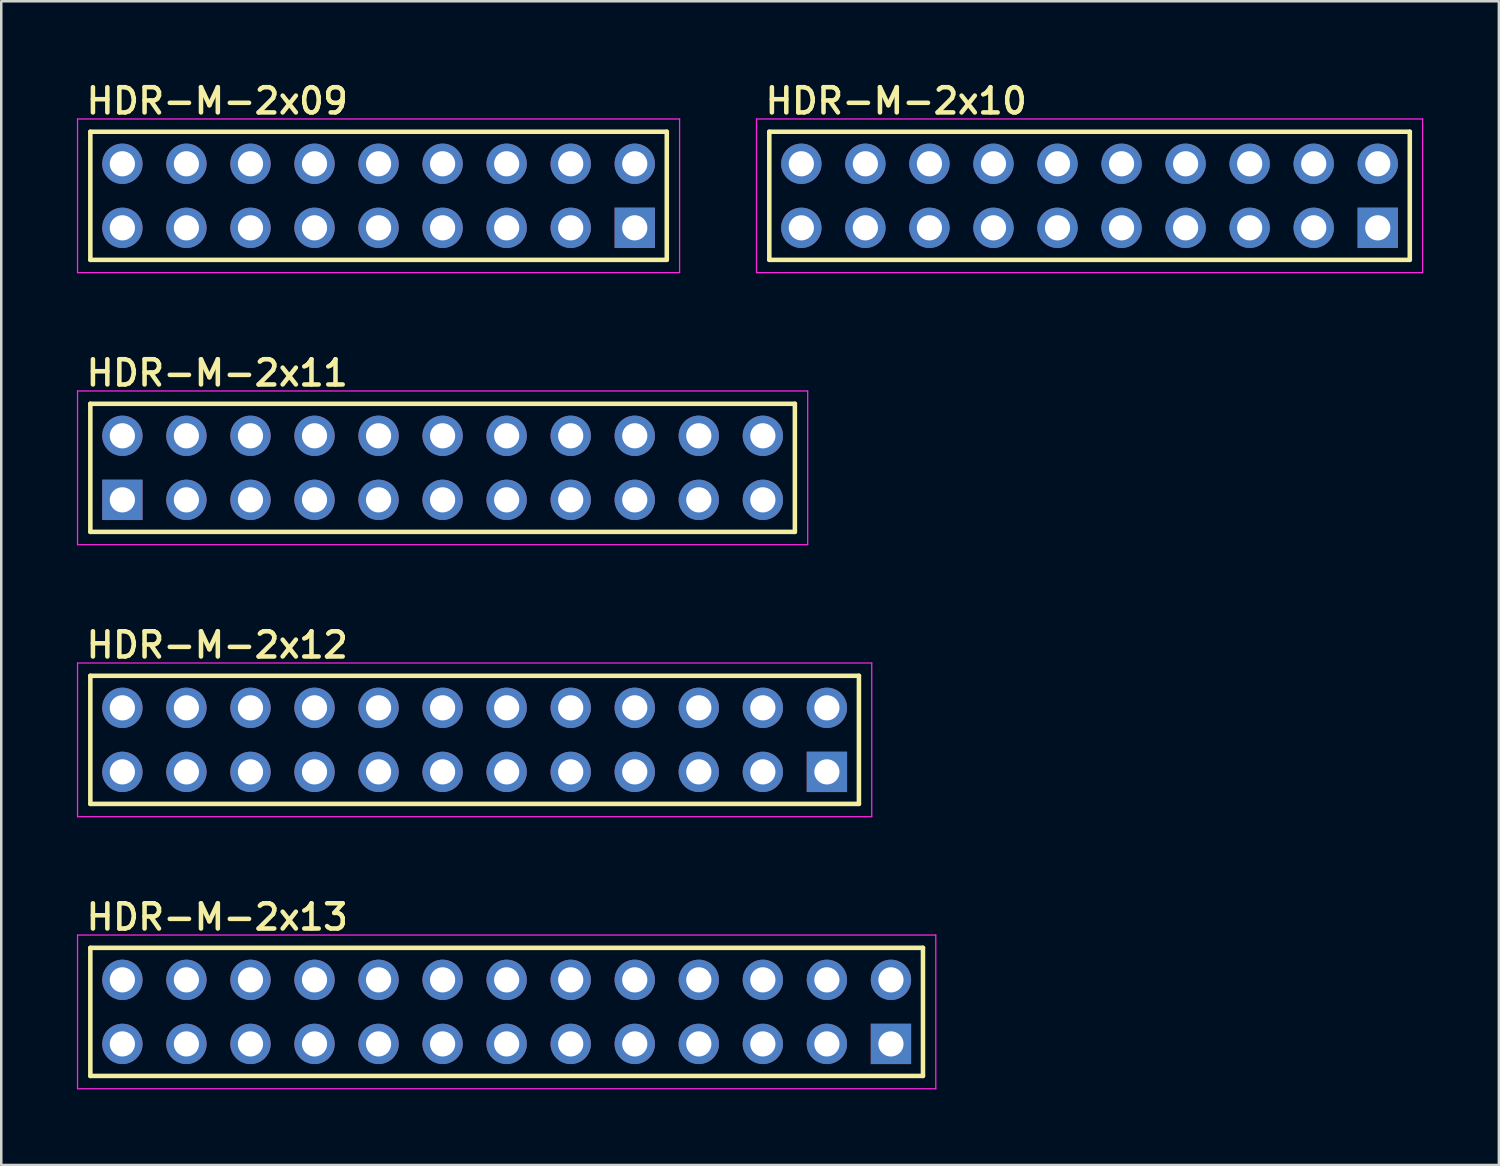
<source format=kicad_pcb>
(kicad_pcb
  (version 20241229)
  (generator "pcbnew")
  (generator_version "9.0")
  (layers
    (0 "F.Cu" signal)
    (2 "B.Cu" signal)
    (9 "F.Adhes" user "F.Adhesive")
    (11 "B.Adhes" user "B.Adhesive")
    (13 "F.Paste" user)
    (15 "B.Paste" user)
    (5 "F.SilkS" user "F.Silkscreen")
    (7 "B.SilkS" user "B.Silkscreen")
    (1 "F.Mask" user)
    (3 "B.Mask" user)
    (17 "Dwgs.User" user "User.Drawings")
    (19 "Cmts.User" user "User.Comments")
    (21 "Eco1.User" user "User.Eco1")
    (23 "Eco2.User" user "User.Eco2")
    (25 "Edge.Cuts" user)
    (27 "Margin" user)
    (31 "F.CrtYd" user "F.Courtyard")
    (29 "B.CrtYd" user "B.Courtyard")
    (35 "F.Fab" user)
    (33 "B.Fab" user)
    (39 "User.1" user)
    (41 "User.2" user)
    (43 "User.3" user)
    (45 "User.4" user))
  (footprint "HDR-M-2x12"
    (layer "F.Cu")
    (at 15.773 26.291)
    (property "Reference" "HDR-M-2x12" (at -15.494 -3.175 0) (layer "F.SilkS") (effects (font (size 1 1) (thickness 0.18)) (justify left bottom)))
    (attr through_hole)
    (fp_line (start -15.24 -2.54) (end 15.24 -2.54) (stroke (width 0.18) (type solid)) (layer "F.SilkS"))
    (fp_line (start -15.24 2.54) (end -15.24 -2.54) (stroke (width 0.18) (type solid)) (layer "F.SilkS"))
    (fp_line (start 15.24 -2.54) (end 15.24 2.54) (stroke (width 0.18) (type solid)) (layer "F.SilkS"))
    (fp_line (start 15.24 2.54) (end -15.24 2.54) (stroke (width 0.18) (type solid)) (layer "F.SilkS"))
    (fp_line (start -15.748 -3.048) (end 15.748 -3.048) (stroke (width 0.05) (type solid)) (layer "F.CrtYd"))
    (fp_line (start -15.748 3.048) (end -15.748 -3.048) (stroke (width 0.05) (type solid)) (layer "F.CrtYd"))
    (fp_line (start 15.748 -3.048) (end 15.748 3.048) (stroke (width 0.05) (type solid)) (layer "F.CrtYd"))
    (fp_line (start 15.748 3.048) (end -15.748 3.048) (stroke (width 0.05) (type solid)) (layer "F.CrtYd"))
    (pad "1" thru_hole rect (at 13.97 1.27) (size 1.6 1.6) (drill 1) (layers "*.Cu" "*.Mask"))
    (pad "2" thru_hole circle (at 13.97 -1.27) (size 1.6 1.6) (drill 1) (layers "*.Cu" "*.Mask"))
    (pad "3" thru_hole circle (at 11.43 1.27) (size 1.6 1.6) (drill 1) (layers "*.Cu" "*.Mask"))
    (pad "4" thru_hole circle (at 11.43 -1.27) (size 1.6 1.6) (drill 1) (layers "*.Cu" "*.Mask"))
    (pad "5" thru_hole circle (at 8.89 1.27) (size 1.6 1.6) (drill 1) (layers "*.Cu" "*.Mask"))
    (pad "6" thru_hole circle (at 8.89 -1.27) (size 1.6 1.6) (drill 1) (layers "*.Cu" "*.Mask"))
    (pad "7" thru_hole circle (at 6.35 1.27) (size 1.6 1.6) (drill 1) (layers "*.Cu" "*.Mask"))
    (pad "8" thru_hole circle (at 6.35 -1.27) (size 1.6 1.6) (drill 1) (layers "*.Cu" "*.Mask"))
    (pad "9" thru_hole circle (at 3.81 1.27) (size 1.6 1.6) (drill 1) (layers "*.Cu" "*.Mask"))
    (pad "10" thru_hole circle (at 3.81 -1.27) (size 1.6 1.6) (drill 1) (layers "*.Cu" "*.Mask"))
    (pad "11" thru_hole circle (at 1.27 1.27) (size 1.6 1.6) (drill 1) (layers "*.Cu" "*.Mask"))
    (pad "12" thru_hole circle (at 1.27 -1.27) (size 1.6 1.6) (drill 1) (layers "*.Cu" "*.Mask"))
    (pad "13" thru_hole circle (at -1.27 1.27) (size 1.6 1.6) (drill 1) (layers "*.Cu" "*.Mask"))
    (pad "14" thru_hole circle (at -1.27 -1.27) (size 1.6 1.6) (drill 1) (layers "*.Cu" "*.Mask"))
    (pad "15" thru_hole circle (at -3.81 1.27) (size 1.6 1.6) (drill 1) (layers "*.Cu" "*.Mask"))
    (pad "16" thru_hole circle (at -3.81 -1.27) (size 1.6 1.6) (drill 1) (layers "*.Cu" "*.Mask"))
    (pad "17" thru_hole circle (at -6.35 1.27) (size 1.6 1.6) (drill 1) (layers "*.Cu" "*.Mask"))
    (pad "18" thru_hole circle (at -6.35 -1.27) (size 1.6 1.6) (drill 1) (layers "*.Cu" "*.Mask"))
    (pad "19" thru_hole circle (at -8.89 1.27) (size 1.6 1.6) (drill 1) (layers "*.Cu" "*.Mask"))
    (pad "20" thru_hole circle (at -8.89 -1.27) (size 1.6 1.6) (drill 1) (layers "*.Cu" "*.Mask"))
    (pad "21" thru_hole circle (at -11.43 1.27) (size 1.6 1.6) (drill 1) (layers "*.Cu" "*.Mask"))
    (pad "22" thru_hole circle (at -11.43 -1.27) (size 1.6 1.6) (drill 1) (layers "*.Cu" "*.Mask"))
    (pad "23" thru_hole circle (at -13.97 1.27) (size 1.6 1.6) (drill 1) (layers "*.Cu" "*.Mask"))
    (pad "24" thru_hole circle (at -13.97 -1.27) (size 1.6 1.6) (drill 1) (layers "*.Cu" "*.Mask")))
  (footprint "HDR-M-2x11"
    (layer "F.Cu")
    (at 14.503 15.503)
    (property "Reference" "HDR-M-2x11" (at -14.224 -3.175 0) (layer "F.SilkS") (effects (font (size 1 1) (thickness 0.18)) (justify left bottom)))
    (attr through_hole)
    (fp_line (start -13.97 -2.54) (end 13.97 -2.54) (stroke (width 0.18) (type solid)) (layer "F.SilkS"))
    (fp_line (start -13.97 2.54) (end -13.97 -2.54) (stroke (width 0.18) (type solid)) (layer "F.SilkS"))
    (fp_line (start 13.97 -2.54) (end 13.97 2.54) (stroke (width 0.18) (type solid)) (layer "F.SilkS"))
    (fp_line (start 13.97 2.54) (end -13.97 2.54) (stroke (width 0.18) (type solid)) (layer "F.SilkS"))
    (fp_line (start -14.478 -3.048) (end 14.478 -3.048) (stroke (width 0.05) (type solid)) (layer "F.CrtYd"))
    (fp_line (start -14.478 3.048) (end -14.478 -3.048) (stroke (width 0.05) (type solid)) (layer "F.CrtYd"))
    (fp_line (start 14.478 -3.048) (end 14.478 3.048) (stroke (width 0.05) (type solid)) (layer "F.CrtYd"))
    (fp_line (start 14.478 3.048) (end -14.478 3.048) (stroke (width 0.05) (type solid)) (layer "F.CrtYd"))
    (pad "1" thru_hole rect (at -12.7 1.27 180) (size 1.6 1.6) (drill 1) (layers "*.Cu" "*.Mask"))
    (pad "2" thru_hole circle (at -12.7 -1.27 180) (size 1.6 1.6) (drill 1) (layers "*.Cu" "*.Mask"))
    (pad "3" thru_hole circle (at -10.16 1.27 180) (size 1.6 1.6) (drill 1) (layers "*.Cu" "*.Mask"))
    (pad "4" thru_hole circle (at -10.16 -1.27 180) (size 1.6 1.6) (drill 1) (layers "*.Cu" "*.Mask"))
    (pad "5" thru_hole circle (at -7.62 1.27 180) (size 1.6 1.6) (drill 1) (layers "*.Cu" "*.Mask"))
    (pad "6" thru_hole circle (at -7.62 -1.27 180) (size 1.6 1.6) (drill 1) (layers "*.Cu" "*.Mask"))
    (pad "7" thru_hole circle (at -5.08 1.27 180) (size 1.6 1.6) (drill 1) (layers "*.Cu" "*.Mask"))
    (pad "8" thru_hole circle (at -5.08 -1.27 180) (size 1.6 1.6) (drill 1) (layers "*.Cu" "*.Mask"))
    (pad "9" thru_hole circle (at -2.54 1.27 180) (size 1.6 1.6) (drill 1) (layers "*.Cu" "*.Mask"))
    (pad "10" thru_hole circle (at -2.54 -1.27 180) (size 1.6 1.6) (drill 1) (layers "*.Cu" "*.Mask"))
    (pad "11" thru_hole circle (at 0 1.27 180) (size 1.6 1.6) (drill 1) (layers "*.Cu" "*.Mask"))
    (pad "12" thru_hole circle (at 0 -1.27 180) (size 1.6 1.6) (drill 1) (layers "*.Cu" "*.Mask"))
    (pad "13" thru_hole circle (at 2.54 1.27 180) (size 1.6 1.6) (drill 1) (layers "*.Cu" "*.Mask"))
    (pad "14" thru_hole circle (at 2.54 -1.27 180) (size 1.6 1.6) (drill 1) (layers "*.Cu" "*.Mask"))
    (pad "15" thru_hole circle (at 5.08 1.27 180) (size 1.6 1.6) (drill 1) (layers "*.Cu" "*.Mask"))
    (pad "16" thru_hole circle (at 5.08 -1.27 180) (size 1.6 1.6) (drill 1) (layers "*.Cu" "*.Mask"))
    (pad "17" thru_hole circle (at 7.62 1.27 180) (size 1.6 1.6) (drill 1) (layers "*.Cu" "*.Mask"))
    (pad "18" thru_hole circle (at 7.62 -1.27 180) (size 1.6 1.6) (drill 1) (layers "*.Cu" "*.Mask"))
    (pad "19" thru_hole circle (at 10.16 1.27 180) (size 1.6 1.6) (drill 1) (layers "*.Cu" "*.Mask"))
    (pad "20" thru_hole circle (at 10.16 -1.27 180) (size 1.6 1.6) (drill 1) (layers "*.Cu" "*.Mask"))
    (pad "21" thru_hole circle (at 12.7 1.27 180) (size 1.6 1.6) (drill 1) (layers "*.Cu" "*.Mask"))
    (pad "22" thru_hole circle (at 12.7 -1.27 180) (size 1.6 1.6) (drill 1) (layers "*.Cu" "*.Mask")))
  (footprint "HDR-M-2x13"
    (layer "F.Cu")
    (at 17.043 37.079)
    (property "Reference" "HDR-M-2x13" (at -16.764 -3.175 0) (layer "F.SilkS") (effects (font (size 1 1) (thickness 0.18)) (justify left bottom)))
    (attr through_hole)
    (fp_line (start -16.51 -2.54) (end 16.51 -2.54) (stroke (width 0.18) (type solid)) (layer "F.SilkS"))
    (fp_line (start -16.51 2.54) (end -16.51 -2.54) (stroke (width 0.18) (type solid)) (layer "F.SilkS"))
    (fp_line (start 16.51 -2.54) (end 16.51 2.54) (stroke (width 0.18) (type solid)) (layer "F.SilkS"))
    (fp_line (start 16.51 2.54) (end -16.51 2.54) (stroke (width 0.18) (type solid)) (layer "F.SilkS"))
    (fp_line (start -17.018 -3.048) (end 17.018 -3.048) (stroke (width 0.05) (type solid)) (layer "F.CrtYd"))
    (fp_line (start -17.018 3.048) (end -17.018 -3.048) (stroke (width 0.05) (type solid)) (layer "F.CrtYd"))
    (fp_line (start 17.018 -3.048) (end 17.018 3.048) (stroke (width 0.05) (type solid)) (layer "F.CrtYd"))
    (fp_line (start 17.018 3.048) (end -17.018 3.048) (stroke (width 0.05) (type solid)) (layer "F.CrtYd"))
    (pad "1" thru_hole rect (at 15.24 1.27) (size 1.6 1.6) (drill 1) (layers "*.Cu" "*.Mask"))
    (pad "2" thru_hole circle (at 15.24 -1.27) (size 1.6 1.6) (drill 1) (layers "*.Cu" "*.Mask"))
    (pad "3" thru_hole circle (at 12.7 1.27) (size 1.6 1.6) (drill 1) (layers "*.Cu" "*.Mask"))
    (pad "4" thru_hole circle (at 12.7 -1.27) (size 1.6 1.6) (drill 1) (layers "*.Cu" "*.Mask"))
    (pad "5" thru_hole circle (at 10.16 1.27) (size 1.6 1.6) (drill 1) (layers "*.Cu" "*.Mask"))
    (pad "6" thru_hole circle (at 10.16 -1.27) (size 1.6 1.6) (drill 1) (layers "*.Cu" "*.Mask"))
    (pad "7" thru_hole circle (at 7.62 1.27) (size 1.6 1.6) (drill 1) (layers "*.Cu" "*.Mask"))
    (pad "8" thru_hole circle (at 7.62 -1.27) (size 1.6 1.6) (drill 1) (layers "*.Cu" "*.Mask"))
    (pad "9" thru_hole circle (at 5.08 1.27) (size 1.6 1.6) (drill 1) (layers "*.Cu" "*.Mask"))
    (pad "10" thru_hole circle (at 5.08 -1.27) (size 1.6 1.6) (drill 1) (layers "*.Cu" "*.Mask"))
    (pad "11" thru_hole circle (at 2.54 1.27) (size 1.6 1.6) (drill 1) (layers "*.Cu" "*.Mask"))
    (pad "12" thru_hole circle (at 2.54 -1.27) (size 1.6 1.6) (drill 1) (layers "*.Cu" "*.Mask"))
    (pad "13" thru_hole circle (at 0 1.27) (size 1.6 1.6) (drill 1) (layers "*.Cu" "*.Mask"))
    (pad "14" thru_hole circle (at 0 -1.27) (size 1.6 1.6) (drill 1) (layers "*.Cu" "*.Mask"))
    (pad "15" thru_hole circle (at -2.54 1.27) (size 1.6 1.6) (drill 1) (layers "*.Cu" "*.Mask"))
    (pad "16" thru_hole circle (at -2.54 -1.27) (size 1.6 1.6) (drill 1) (layers "*.Cu" "*.Mask"))
    (pad "17" thru_hole circle (at -5.08 1.27) (size 1.6 1.6) (drill 1) (layers "*.Cu" "*.Mask"))
    (pad "18" thru_hole circle (at -5.08 -1.27) (size 1.6 1.6) (drill 1) (layers "*.Cu" "*.Mask"))
    (pad "19" thru_hole circle (at -7.62 1.27) (size 1.6 1.6) (drill 1) (layers "*.Cu" "*.Mask"))
    (pad "20" thru_hole circle (at -7.62 -1.27) (size 1.6 1.6) (drill 1) (layers "*.Cu" "*.Mask"))
    (pad "21" thru_hole circle (at -10.16 1.27) (size 1.6 1.6) (drill 1) (layers "*.Cu" "*.Mask"))
    (pad "22" thru_hole circle (at -10.16 -1.27) (size 1.6 1.6) (drill 1) (layers "*.Cu" "*.Mask"))
    (pad "23" thru_hole circle (at -12.7 1.27) (size 1.6 1.6) (drill 1) (layers "*.Cu" "*.Mask"))
    (pad "24" thru_hole circle (at -12.7 -1.27) (size 1.6 1.6) (drill 1) (layers "*.Cu" "*.Mask"))
    (pad "25" thru_hole circle (at -15.24 1.27) (size 1.6 1.6) (drill 1) (layers "*.Cu" "*.Mask"))
    (pad "26" thru_hole circle (at -15.24 -1.27) (size 1.6 1.6) (drill 1) (layers "*.Cu" "*.Mask")))
  (footprint "HDR-M-2x10"
    (layer "F.Cu")
    (at 40.159 4.715)
    (property "Reference" "HDR-M-2x10" (at -12.954 -3.175 0) (layer "F.SilkS") (effects (font (size 1 1) (thickness 0.18)) (justify left bottom)))
    (attr through_hole)
    (fp_line (start -12.7 -2.54) (end 12.7 -2.54) (stroke (width 0.18) (type solid)) (layer "F.SilkS"))
    (fp_line (start -12.7 2.54) (end -12.7 -2.54) (stroke (width 0.18) (type solid)) (layer "F.SilkS"))
    (fp_line (start 12.7 -2.54) (end 12.7 2.54) (stroke (width 0.18) (type solid)) (layer "F.SilkS"))
    (fp_line (start 12.7 2.54) (end -12.7 2.54) (stroke (width 0.18) (type solid)) (layer "F.SilkS"))
    (fp_line (start -13.208 -3.048) (end 13.208 -3.048) (stroke (width 0.05) (type solid)) (layer "F.CrtYd"))
    (fp_line (start -13.208 3.048) (end -13.208 -3.048) (stroke (width 0.05) (type solid)) (layer "F.CrtYd"))
    (fp_line (start 13.208 -3.048) (end 13.208 3.048) (stroke (width 0.05) (type solid)) (layer "F.CrtYd"))
    (fp_line (start 13.208 3.048) (end -13.208 3.048) (stroke (width 0.05) (type solid)) (layer "F.CrtYd"))
    (pad "1" thru_hole rect (at 11.43 1.27) (size 1.6 1.6) (drill 1) (layers "*.Cu" "*.Mask"))
    (pad "2" thru_hole circle (at 11.43 -1.27) (size 1.6 1.6) (drill 1) (layers "*.Cu" "*.Mask"))
    (pad "3" thru_hole circle (at 8.89 1.27) (size 1.6 1.6) (drill 1) (layers "*.Cu" "*.Mask"))
    (pad "4" thru_hole circle (at 8.89 -1.27) (size 1.6 1.6) (drill 1) (layers "*.Cu" "*.Mask"))
    (pad "5" thru_hole circle (at 6.35 1.27) (size 1.6 1.6) (drill 1) (layers "*.Cu" "*.Mask"))
    (pad "6" thru_hole circle (at 6.35 -1.27) (size 1.6 1.6) (drill 1) (layers "*.Cu" "*.Mask"))
    (pad "7" thru_hole circle (at 3.81 1.27) (size 1.6 1.6) (drill 1) (layers "*.Cu" "*.Mask"))
    (pad "8" thru_hole circle (at 3.81 -1.27) (size 1.6 1.6) (drill 1) (layers "*.Cu" "*.Mask"))
    (pad "9" thru_hole circle (at 1.27 1.27) (size 1.6 1.6) (drill 1) (layers "*.Cu" "*.Mask"))
    (pad "10" thru_hole circle (at 1.27 -1.27) (size 1.6 1.6) (drill 1) (layers "*.Cu" "*.Mask"))
    (pad "11" thru_hole circle (at -1.27 1.27) (size 1.6 1.6) (drill 1) (layers "*.Cu" "*.Mask"))
    (pad "12" thru_hole circle (at -1.27 -1.27) (size 1.6 1.6) (drill 1) (layers "*.Cu" "*.Mask"))
    (pad "13" thru_hole circle (at -3.81 1.27) (size 1.6 1.6) (drill 1) (layers "*.Cu" "*.Mask"))
    (pad "14" thru_hole circle (at -3.81 -1.27) (size 1.6 1.6) (drill 1) (layers "*.Cu" "*.Mask"))
    (pad "15" thru_hole circle (at -6.35 1.27) (size 1.6 1.6) (drill 1) (layers "*.Cu" "*.Mask"))
    (pad "16" thru_hole circle (at -6.35 -1.27) (size 1.6 1.6) (drill 1) (layers "*.Cu" "*.Mask"))
    (pad "17" thru_hole circle (at -8.89 1.27) (size 1.6 1.6) (drill 1) (layers "*.Cu" "*.Mask"))
    (pad "18" thru_hole circle (at -8.89 -1.27) (size 1.6 1.6) (drill 1) (layers "*.Cu" "*.Mask"))
    (pad "19" thru_hole circle (at -11.43 1.27) (size 1.6 1.6) (drill 1) (layers "*.Cu" "*.Mask"))
    (pad "20" thru_hole circle (at -11.43 -1.27) (size 1.6 1.6) (drill 1) (layers "*.Cu" "*.Mask")))
  (footprint "HDR-M-2x09"
    (layer "F.Cu")
    (at 11.963 4.715)
    (property "Reference" "HDR-M-2x09" (at -11.684 -3.175 0) (layer "F.SilkS") (effects (font (size 1 1) (thickness 0.18)) (justify left bottom)))
    (attr through_hole)
    (fp_line (start -11.43 -2.54) (end 11.43 -2.54) (stroke (width 0.18) (type solid)) (layer "F.SilkS"))
    (fp_line (start -11.43 2.54) (end -11.43 -2.54) (stroke (width 0.18) (type solid)) (layer "F.SilkS"))
    (fp_line (start 11.43 -2.54) (end 11.43 2.54) (stroke (width 0.18) (type solid)) (layer "F.SilkS"))
    (fp_line (start 11.43 2.54) (end -11.43 2.54) (stroke (width 0.18) (type solid)) (layer "F.SilkS"))
    (fp_line (start -11.938 -3.048) (end 11.938 -3.048) (stroke (width 0.05) (type solid)) (layer "F.CrtYd"))
    (fp_line (start -11.938 3.048) (end -11.938 -3.048) (stroke (width 0.05) (type solid)) (layer "F.CrtYd"))
    (fp_line (start 11.938 -3.048) (end 11.938 3.048) (stroke (width 0.05) (type solid)) (layer "F.CrtYd"))
    (fp_line (start 11.938 3.048) (end -11.938 3.048) (stroke (width 0.05) (type solid)) (layer "F.CrtYd"))
    (pad "1" thru_hole rect (at 10.16 1.27) (size 1.6 1.6) (drill 1) (layers "*.Cu" "*.Mask"))
    (pad "2" thru_hole circle (at 10.16 -1.27) (size 1.6 1.6) (drill 1) (layers "*.Cu" "*.Mask"))
    (pad "3" thru_hole circle (at 7.62 1.27) (size 1.6 1.6) (drill 1) (layers "*.Cu" "*.Mask"))
    (pad "4" thru_hole circle (at 7.62 -1.27) (size 1.6 1.6) (drill 1) (layers "*.Cu" "*.Mask"))
    (pad "5" thru_hole circle (at 5.08 1.27) (size 1.6 1.6) (drill 1) (layers "*.Cu" "*.Mask"))
    (pad "6" thru_hole circle (at 5.08 -1.27) (size 1.6 1.6) (drill 1) (layers "*.Cu" "*.Mask"))
    (pad "7" thru_hole circle (at 2.54 1.27) (size 1.6 1.6) (drill 1) (layers "*.Cu" "*.Mask"))
    (pad "8" thru_hole circle (at 2.54 -1.27) (size 1.6 1.6) (drill 1) (layers "*.Cu" "*.Mask"))
    (pad "9" thru_hole circle (at 0 1.27) (size 1.6 1.6) (drill 1) (layers "*.Cu" "*.Mask"))
    (pad "10" thru_hole circle (at 0 -1.27) (size 1.6 1.6) (drill 1) (layers "*.Cu" "*.Mask"))
    (pad "11" thru_hole circle (at -2.54 1.27) (size 1.6 1.6) (drill 1) (layers "*.Cu" "*.Mask"))
    (pad "12" thru_hole circle (at -2.54 -1.27) (size 1.6 1.6) (drill 1) (layers "*.Cu" "*.Mask"))
    (pad "13" thru_hole circle (at -5.08 1.27) (size 1.6 1.6) (drill 1) (layers "*.Cu" "*.Mask"))
    (pad "14" thru_hole circle (at -5.08 -1.27) (size 1.6 1.6) (drill 1) (layers "*.Cu" "*.Mask"))
    (pad "15" thru_hole circle (at -7.62 1.27) (size 1.6 1.6) (drill 1) (layers "*.Cu" "*.Mask"))
    (pad "16" thru_hole circle (at -7.62 -1.27) (size 1.6 1.6) (drill 1) (layers "*.Cu" "*.Mask"))
    (pad "17" thru_hole circle (at -10.16 1.27) (size 1.6 1.6) (drill 1) (layers "*.Cu" "*.Mask"))
    (pad "18" thru_hole circle (at -10.16 -1.27) (size 1.6 1.6) (drill 1) (layers "*.Cu" "*.Mask")))
  (gr_rect
    (start -3 -3)
    (end 56.392 43.152)
    (stroke (width 0.1) (type default))
    (fill no)
    (layer "Edge.Cuts")))
</source>
